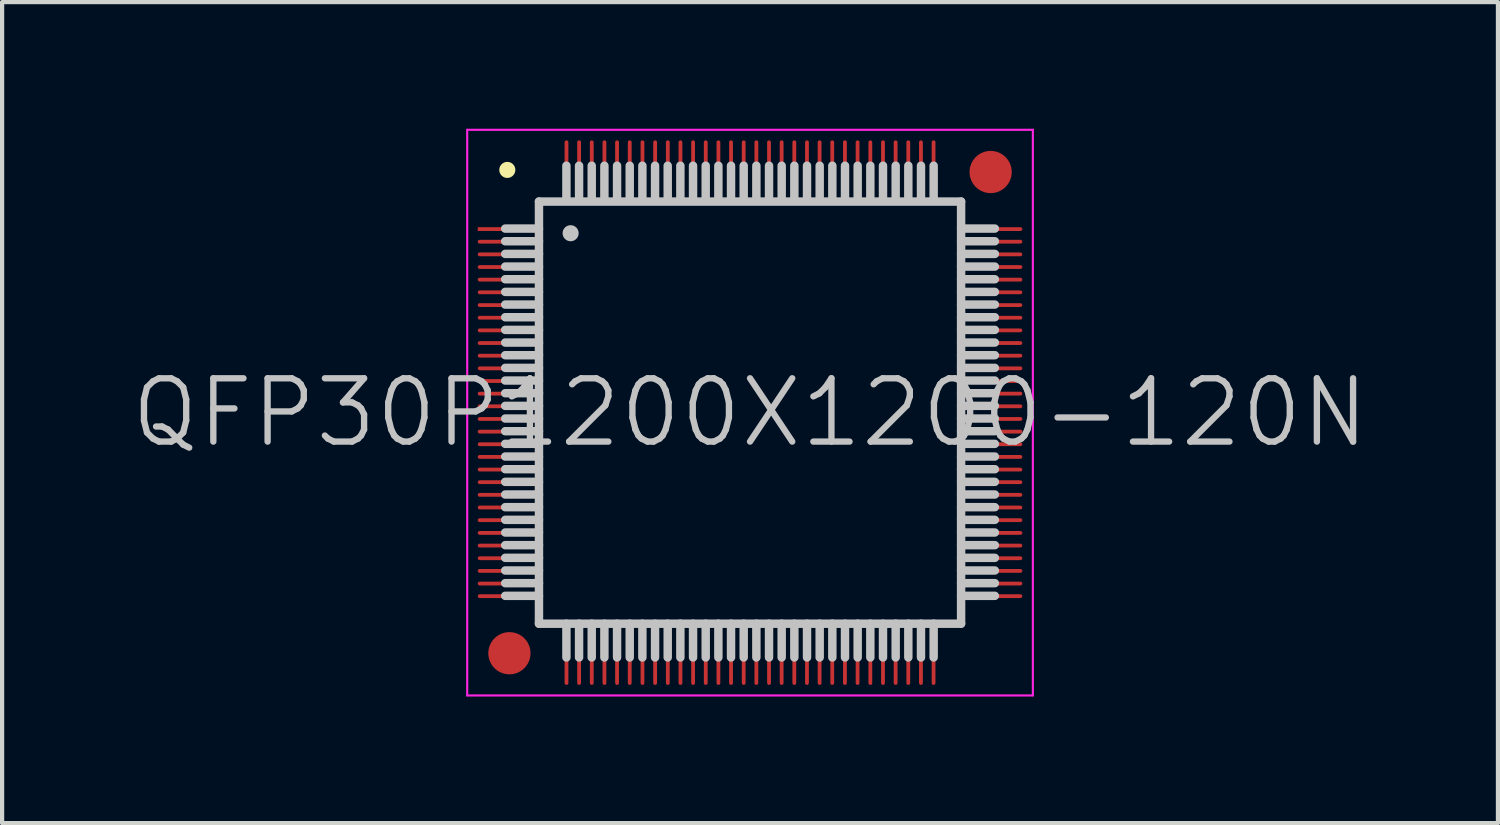
<source format=kicad_pcb>
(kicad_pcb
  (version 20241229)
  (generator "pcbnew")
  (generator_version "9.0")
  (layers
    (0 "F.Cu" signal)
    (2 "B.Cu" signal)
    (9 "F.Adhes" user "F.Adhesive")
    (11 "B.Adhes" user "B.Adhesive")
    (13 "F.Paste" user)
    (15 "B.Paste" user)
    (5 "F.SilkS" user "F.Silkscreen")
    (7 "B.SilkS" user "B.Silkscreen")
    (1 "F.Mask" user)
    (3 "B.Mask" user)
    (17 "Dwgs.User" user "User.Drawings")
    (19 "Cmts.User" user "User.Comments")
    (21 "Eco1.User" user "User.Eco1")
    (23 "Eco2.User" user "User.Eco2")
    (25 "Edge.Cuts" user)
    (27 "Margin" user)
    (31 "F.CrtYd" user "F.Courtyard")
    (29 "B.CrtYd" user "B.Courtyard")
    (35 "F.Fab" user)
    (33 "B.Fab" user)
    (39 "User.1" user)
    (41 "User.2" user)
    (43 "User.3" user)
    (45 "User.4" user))
  (footprint "QFP30P1200X1200-120N"
    (layer "F.Cu")
    (at 14.718 6.725)
    (property "Reference" "QFP30P1200X1200-120N" (at 0 0 0) (layer "Dwgs.User") (effects (font (size 1.5 1.5) (thickness 0.15))))
    (attr smd)
    (fp_line (start -5.75 -5.75) (end -5.75 -5.75) (stroke (width 0.381) (type solid)) (layer "F.SilkS"))
    (fp_line (start -5 -5) (end -5 5) (stroke (width 0.2) (type solid)) (layer "Dwgs.User"))
    (fp_line (start -5 -5) (end 5 -5) (stroke (width 0.2) (type solid)) (layer "Dwgs.User"))
    (fp_line (start -5 -4.36) (end -5.8 -4.36) (stroke (width 0.2) (type solid)) (layer "Dwgs.User"))
    (fp_line (start -5 -4.06) (end -5.8 -4.06) (stroke (width 0.2) (type solid)) (layer "Dwgs.User"))
    (fp_line (start -5 -3.76) (end -5.8 -3.76) (stroke (width 0.2) (type solid)) (layer "Dwgs.User"))
    (fp_line (start -5 -3.46) (end -5.8 -3.46) (stroke (width 0.2) (type solid)) (layer "Dwgs.User"))
    (fp_line (start -5 -3.16) (end -5.8 -3.16) (stroke (width 0.2) (type solid)) (layer "Dwgs.User"))
    (fp_line (start -5 -2.86) (end -5.8 -2.86) (stroke (width 0.2) (type solid)) (layer "Dwgs.User"))
    (fp_line (start -5 -2.56) (end -5.8 -2.56) (stroke (width 0.2) (type solid)) (layer "Dwgs.User"))
    (fp_line (start -5 -2.26) (end -5.8 -2.26) (stroke (width 0.2) (type solid)) (layer "Dwgs.User"))
    (fp_line (start -5 -1.96) (end -5.8 -1.96) (stroke (width 0.2) (type solid)) (layer "Dwgs.User"))
    (fp_line (start -5 -1.66) (end -5.8 -1.66) (stroke (width 0.2) (type solid)) (layer "Dwgs.User"))
    (fp_line (start -5 -1.36) (end -5.8 -1.36) (stroke (width 0.2) (type solid)) (layer "Dwgs.User"))
    (fp_line (start -5 -1.06) (end -5.8 -1.06) (stroke (width 0.2) (type solid)) (layer "Dwgs.User"))
    (fp_line (start -5 -0.76) (end -5.8 -0.76) (stroke (width 0.2) (type solid)) (layer "Dwgs.User"))
    (fp_line (start -5 -0.46) (end -5.8 -0.46) (stroke (width 0.2) (type solid)) (layer "Dwgs.User"))
    (fp_line (start -5 -0.16) (end -5.8 -0.16) (stroke (width 0.2) (type solid)) (layer "Dwgs.User"))
    (fp_line (start -5 0.14) (end -5.8 0.14) (stroke (width 0.2) (type solid)) (layer "Dwgs.User"))
    (fp_line (start -5 0.44) (end -5.8 0.44) (stroke (width 0.2) (type solid)) (layer "Dwgs.User"))
    (fp_line (start -5 0.74) (end -5.8 0.74) (stroke (width 0.2) (type solid)) (layer "Dwgs.User"))
    (fp_line (start -5 1.04) (end -5.8 1.04) (stroke (width 0.2) (type solid)) (layer "Dwgs.User"))
    (fp_line (start -5 1.34) (end -5.8 1.34) (stroke (width 0.2) (type solid)) (layer "Dwgs.User"))
    (fp_line (start -5 1.64) (end -5.8 1.64) (stroke (width 0.2) (type solid)) (layer "Dwgs.User"))
    (fp_line (start -5 1.94) (end -5.8 1.94) (stroke (width 0.2) (type solid)) (layer "Dwgs.User"))
    (fp_line (start -5 2.24) (end -5.8 2.24) (stroke (width 0.2) (type solid)) (layer "Dwgs.User"))
    (fp_line (start -5 2.54) (end -5.8 2.54) (stroke (width 0.2) (type solid)) (layer "Dwgs.User"))
    (fp_line (start -5 2.84) (end -5.8 2.84) (stroke (width 0.2) (type solid)) (layer "Dwgs.User"))
    (fp_line (start -5 3.14) (end -5.8 3.14) (stroke (width 0.2) (type solid)) (layer "Dwgs.User"))
    (fp_line (start -5 3.44) (end -5.8 3.44) (stroke (width 0.2) (type solid)) (layer "Dwgs.User"))
    (fp_line (start -5 3.74) (end -5.8 3.74) (stroke (width 0.2) (type solid)) (layer "Dwgs.User"))
    (fp_line (start -5 4.04) (end -5.8 4.04) (stroke (width 0.2) (type solid)) (layer "Dwgs.User"))
    (fp_line (start -5 4.34) (end -5.8 4.34) (stroke (width 0.2) (type solid)) (layer "Dwgs.User"))
    (fp_line (start -5 5) (end 5 5) (stroke (width 0.2) (type solid)) (layer "Dwgs.User"))
    (fp_line (start -4.35 -5.05) (end -4.35 -5.85) (stroke (width 0.2) (type solid)) (layer "Dwgs.User"))
    (fp_line (start -4.35 5.8) (end -4.35 5) (stroke (width 0.2) (type solid)) (layer "Dwgs.User"))
    (fp_line (start -4.25 -4.25) (end -4.25 -4.25) (stroke (width 0.381) (type solid)) (layer "Dwgs.User"))
    (fp_line (start -4.05 -5.05) (end -4.05 -5.85) (stroke (width 0.2) (type solid)) (layer "Dwgs.User"))
    (fp_line (start -4.05 5.8) (end -4.05 5) (stroke (width 0.2) (type solid)) (layer "Dwgs.User"))
    (fp_line (start -3.75 -5.05) (end -3.75 -5.85) (stroke (width 0.2) (type solid)) (layer "Dwgs.User"))
    (fp_line (start -3.75 5.8) (end -3.75 5) (stroke (width 0.2) (type solid)) (layer "Dwgs.User"))
    (fp_line (start -3.45 -5.05) (end -3.45 -5.85) (stroke (width 0.2) (type solid)) (layer "Dwgs.User"))
    (fp_line (start -3.45 5.8) (end -3.45 5) (stroke (width 0.2) (type solid)) (layer "Dwgs.User"))
    (fp_line (start -3.15 -5.05) (end -3.15 -5.85) (stroke (width 0.2) (type solid)) (layer "Dwgs.User"))
    (fp_line (start -3.15 5.8) (end -3.15 5) (stroke (width 0.2) (type solid)) (layer "Dwgs.User"))
    (fp_line (start -2.85 -5.05) (end -2.85 -5.85) (stroke (width 0.2) (type solid)) (layer "Dwgs.User"))
    (fp_line (start -2.85 5.8) (end -2.85 5) (stroke (width 0.2) (type solid)) (layer "Dwgs.User"))
    (fp_line (start -2.55 -5.05) (end -2.55 -5.85) (stroke (width 0.2) (type solid)) (layer "Dwgs.User"))
    (fp_line (start -2.55 5.8) (end -2.55 5) (stroke (width 0.2) (type solid)) (layer "Dwgs.User"))
    (fp_line (start -2.25 -5.05) (end -2.25 -5.85) (stroke (width 0.2) (type solid)) (layer "Dwgs.User"))
    (fp_line (start -2.25 5.8) (end -2.25 5) (stroke (width 0.2) (type solid)) (layer "Dwgs.User"))
    (fp_line (start -1.95 -5.05) (end -1.95 -5.85) (stroke (width 0.2) (type solid)) (layer "Dwgs.User"))
    (fp_line (start -1.95 5.8) (end -1.95 5) (stroke (width 0.2) (type solid)) (layer "Dwgs.User"))
    (fp_line (start -1.65 -5.05) (end -1.65 -5.85) (stroke (width 0.2) (type solid)) (layer "Dwgs.User"))
    (fp_line (start -1.65 5.8) (end -1.65 5) (stroke (width 0.2) (type solid)) (layer "Dwgs.User"))
    (fp_line (start -1.35 -5.05) (end -1.35 -5.85) (stroke (width 0.2) (type solid)) (layer "Dwgs.User"))
    (fp_line (start -1.35 5.8) (end -1.35 5) (stroke (width 0.2) (type solid)) (layer "Dwgs.User"))
    (fp_line (start -1.05 -5.05) (end -1.05 -5.85) (stroke (width 0.2) (type solid)) (layer "Dwgs.User"))
    (fp_line (start -1.05 5.8) (end -1.05 5) (stroke (width 0.2) (type solid)) (layer "Dwgs.User"))
    (fp_line (start -0.75 -5.05) (end -0.75 -5.85) (stroke (width 0.2) (type solid)) (layer "Dwgs.User"))
    (fp_line (start -0.75 5.8) (end -0.75 5) (stroke (width 0.2) (type solid)) (layer "Dwgs.User"))
    (fp_line (start -0.45 -5.05) (end -0.45 -5.85) (stroke (width 0.2) (type solid)) (layer "Dwgs.User"))
    (fp_line (start -0.45 5.8) (end -0.45 5) (stroke (width 0.2) (type solid)) (layer "Dwgs.User"))
    (fp_line (start -0.15 -5.05) (end -0.15 -5.85) (stroke (width 0.2) (type solid)) (layer "Dwgs.User"))
    (fp_line (start -0.15 5.8) (end -0.15 5) (stroke (width 0.2) (type solid)) (layer "Dwgs.User"))
    (fp_line (start 0.15 -5.05) (end 0.15 -5.85) (stroke (width 0.2) (type solid)) (layer "Dwgs.User"))
    (fp_line (start 0.15 5.8) (end 0.15 5) (stroke (width 0.2) (type solid)) (layer "Dwgs.User"))
    (fp_line (start 0.45 -5.05) (end 0.45 -5.85) (stroke (width 0.2) (type solid)) (layer "Dwgs.User"))
    (fp_line (start 0.45 5.8) (end 0.45 5) (stroke (width 0.2) (type solid)) (layer "Dwgs.User"))
    (fp_line (start 0.75 -5.05) (end 0.75 -5.85) (stroke (width 0.2) (type solid)) (layer "Dwgs.User"))
    (fp_line (start 0.75 5.8) (end 0.75 5) (stroke (width 0.2) (type solid)) (layer "Dwgs.User"))
    (fp_line (start 1.05 -5.05) (end 1.05 -5.85) (stroke (width 0.2) (type solid)) (layer "Dwgs.User"))
    (fp_line (start 1.05 5.8) (end 1.05 5) (stroke (width 0.2) (type solid)) (layer "Dwgs.User"))
    (fp_line (start 1.35 -5.05) (end 1.35 -5.85) (stroke (width 0.2) (type solid)) (layer "Dwgs.User"))
    (fp_line (start 1.35 5.8) (end 1.35 5) (stroke (width 0.2) (type solid)) (layer "Dwgs.User"))
    (fp_line (start 1.65 -5.05) (end 1.65 -5.85) (stroke (width 0.2) (type solid)) (layer "Dwgs.User"))
    (fp_line (start 1.65 5.8) (end 1.65 5) (stroke (width 0.2) (type solid)) (layer "Dwgs.User"))
    (fp_line (start 1.95 -5.05) (end 1.95 -5.85) (stroke (width 0.2) (type solid)) (layer "Dwgs.User"))
    (fp_line (start 1.95 5.8) (end 1.95 5) (stroke (width 0.2) (type solid)) (layer "Dwgs.User"))
    (fp_line (start 2.25 -5.05) (end 2.25 -5.85) (stroke (width 0.2) (type solid)) (layer "Dwgs.User"))
    (fp_line (start 2.25 5.8) (end 2.25 5) (stroke (width 0.2) (type solid)) (layer "Dwgs.User"))
    (fp_line (start 2.55 -5.05) (end 2.55 -5.85) (stroke (width 0.2) (type solid)) (layer "Dwgs.User"))
    (fp_line (start 2.55 5.8) (end 2.55 5) (stroke (width 0.2) (type solid)) (layer "Dwgs.User"))
    (fp_line (start 2.85 -5.05) (end 2.85 -5.85) (stroke (width 0.2) (type solid)) (layer "Dwgs.User"))
    (fp_line (start 2.85 5.8) (end 2.85 5) (stroke (width 0.2) (type solid)) (layer "Dwgs.User"))
    (fp_line (start 3.15 -5.05) (end 3.15 -5.85) (stroke (width 0.2) (type solid)) (layer "Dwgs.User"))
    (fp_line (start 3.15 5.8) (end 3.15 5) (stroke (width 0.2) (type solid)) (layer "Dwgs.User"))
    (fp_line (start 3.45 -5.05) (end 3.45 -5.85) (stroke (width 0.2) (type solid)) (layer "Dwgs.User"))
    (fp_line (start 3.45 5.8) (end 3.45 5) (stroke (width 0.2) (type solid)) (layer "Dwgs.User"))
    (fp_line (start 3.75 -5.05) (end 3.75 -5.85) (stroke (width 0.2) (type solid)) (layer "Dwgs.User"))
    (fp_line (start 3.75 5.8) (end 3.75 5) (stroke (width 0.2) (type solid)) (layer "Dwgs.User"))
    (fp_line (start 4.05 -5.05) (end 4.05 -5.85) (stroke (width 0.2) (type solid)) (layer "Dwgs.User"))
    (fp_line (start 4.05 5.8) (end 4.05 5) (stroke (width 0.2) (type solid)) (layer "Dwgs.User"))
    (fp_line (start 4.35 -5.05) (end 4.35 -5.85) (stroke (width 0.2) (type solid)) (layer "Dwgs.User"))
    (fp_line (start 4.35 5.8) (end 4.35 5) (stroke (width 0.2) (type solid)) (layer "Dwgs.User"))
    (fp_line (start 5 -5) (end 5 5) (stroke (width 0.2) (type solid)) (layer "Dwgs.User"))
    (fp_line (start 5.8 -4.36) (end 5 -4.36) (stroke (width 0.2) (type solid)) (layer "Dwgs.User"))
    (fp_line (start 5.8 -4.06) (end 5 -4.06) (stroke (width 0.2) (type solid)) (layer "Dwgs.User"))
    (fp_line (start 5.8 -3.76) (end 5 -3.76) (stroke (width 0.2) (type solid)) (layer "Dwgs.User"))
    (fp_line (start 5.8 -3.46) (end 5 -3.46) (stroke (width 0.2) (type solid)) (layer "Dwgs.User"))
    (fp_line (start 5.8 -3.16) (end 5 -3.16) (stroke (width 0.2) (type solid)) (layer "Dwgs.User"))
    (fp_line (start 5.8 -2.86) (end 5 -2.86) (stroke (width 0.2) (type solid)) (layer "Dwgs.User"))
    (fp_line (start 5.8 -2.56) (end 5 -2.56) (stroke (width 0.2) (type solid)) (layer "Dwgs.User"))
    (fp_line (start 5.8 -2.26) (end 5 -2.26) (stroke (width 0.2) (type solid)) (layer "Dwgs.User"))
    (fp_line (start 5.8 -1.96) (end 5 -1.96) (stroke (width 0.2) (type solid)) (layer "Dwgs.User"))
    (fp_line (start 5.8 -1.66) (end 5 -1.66) (stroke (width 0.2) (type solid)) (layer "Dwgs.User"))
    (fp_line (start 5.8 -1.36) (end 5 -1.36) (stroke (width 0.2) (type solid)) (layer "Dwgs.User"))
    (fp_line (start 5.8 -1.06) (end 5 -1.06) (stroke (width 0.2) (type solid)) (layer "Dwgs.User"))
    (fp_line (start 5.8 -0.76) (end 5 -0.76) (stroke (width 0.2) (type solid)) (layer "Dwgs.User"))
    (fp_line (start 5.8 -0.46) (end 5 -0.46) (stroke (width 0.2) (type solid)) (layer "Dwgs.User"))
    (fp_line (start 5.8 -0.16) (end 5 -0.16) (stroke (width 0.2) (type solid)) (layer "Dwgs.User"))
    (fp_line (start 5.8 0.14) (end 5 0.14) (stroke (width 0.2) (type solid)) (layer "Dwgs.User"))
    (fp_line (start 5.8 0.44) (end 5 0.44) (stroke (width 0.2) (type solid)) (layer "Dwgs.User"))
    (fp_line (start 5.8 0.74) (end 5 0.74) (stroke (width 0.2) (type solid)) (layer "Dwgs.User"))
    (fp_line (start 5.8 1.04) (end 5 1.04) (stroke (width 0.2) (type solid)) (layer "Dwgs.User"))
    (fp_line (start 5.8 1.34) (end 5 1.34) (stroke (width 0.2) (type solid)) (layer "Dwgs.User"))
    (fp_line (start 5.8 1.64) (end 5 1.64) (stroke (width 0.2) (type solid)) (layer "Dwgs.User"))
    (fp_line (start 5.8 1.94) (end 5 1.94) (stroke (width 0.2) (type solid)) (layer "Dwgs.User"))
    (fp_line (start 5.8 2.24) (end 5 2.24) (stroke (width 0.2) (type solid)) (layer "Dwgs.User"))
    (fp_line (start 5.8 2.54) (end 5 2.54) (stroke (width 0.2) (type solid)) (layer "Dwgs.User"))
    (fp_line (start 5.8 2.84) (end 5 2.84) (stroke (width 0.2) (type solid)) (layer "Dwgs.User"))
    (fp_line (start 5.8 3.14) (end 5 3.14) (stroke (width 0.2) (type solid)) (layer "Dwgs.User"))
    (fp_line (start 5.8 3.44) (end 5 3.44) (stroke (width 0.2) (type solid)) (layer "Dwgs.User"))
    (fp_line (start 5.8 3.74) (end 5 3.74) (stroke (width 0.2) (type solid)) (layer "Dwgs.User"))
    (fp_line (start 5.8 4.04) (end 5 4.04) (stroke (width 0.2) (type solid)) (layer "Dwgs.User"))
    (fp_line (start 5.8 4.34) (end 5 4.34) (stroke (width 0.2) (type solid)) (layer "Dwgs.User"))
    (fp_line (start -6.7 -6.7) (end -6.7 6.7) (stroke (width 0.05) (type solid)) (layer "F.CrtYd"))
    (fp_line (start -6.7 -6.7) (end 6.7 -6.7) (stroke (width 0.05) (type solid)) (layer "F.CrtYd"))
    (fp_line (start -6.7 6.7) (end 6.7 6.7) (stroke (width 0.05) (type solid)) (layer "F.CrtYd"))
    (fp_line (start 6.7 -6.7) (end 6.7 6.7) (stroke (width 0.05) (type solid)) (layer "F.CrtYd"))
    (pad "" smd circle (at -5.7 5.7) (size 1 1) (layers "F.Cu" "F.Mask"))
    (pad "" smd circle (at 5.7 -5.7) (size 1 1) (layers "F.Cu" "F.Mask"))
    (pad "1" smd rect (at -5.7 -4.348 90) (size 0.09 1.5) (layers "F.Cu" "F.Mask" "F.Paste"))
    (pad "2" smd oval (at -5.7 -4.049 90) (size 0.09 1.5) (layers "F.Cu" "F.Mask" "F.Paste"))
    (pad "3" smd oval (at -5.7 -3.749 90) (size 0.09 1.5) (layers "F.Cu" "F.Mask" "F.Paste"))
    (pad "4" smd oval (at -5.7 -3.449 90) (size 0.09 1.5) (layers "F.Cu" "F.Mask" "F.Paste"))
    (pad "5" smd oval (at -5.7 -3.15 90) (size 0.09 1.5) (layers "F.Cu" "F.Mask" "F.Paste"))
    (pad "6" smd oval (at -5.7 -2.85 90) (size 0.09 1.5) (layers "F.Cu" "F.Mask" "F.Paste"))
    (pad "7" smd oval (at -5.7 -2.548 90) (size 0.09 1.5) (layers "F.Cu" "F.Mask" "F.Paste"))
    (pad "8" smd oval (at -5.7 -2.248 90) (size 0.09 1.5) (layers "F.Cu" "F.Mask" "F.Paste"))
    (pad "9" smd oval (at -5.7 -1.948 90) (size 0.09 1.5) (layers "F.Cu" "F.Mask" "F.Paste"))
    (pad "10" smd oval (at -5.7 -1.648 90) (size 0.09 1.5) (layers "F.Cu" "F.Mask" "F.Paste"))
    (pad "11" smd oval (at -5.7 -1.349 90) (size 0.09 1.5) (layers "F.Cu" "F.Mask" "F.Paste"))
    (pad "12" smd oval (at -5.7 -1.049 90) (size 0.09 1.5) (layers "F.Cu" "F.Mask" "F.Paste"))
    (pad "13" smd oval (at -5.7 -0.749 90) (size 0.09 1.5) (layers "F.Cu" "F.Mask" "F.Paste"))
    (pad "14" smd oval (at -5.7 -0.45 90) (size 0.09 1.5) (layers "F.Cu" "F.Mask" "F.Paste"))
    (pad "15" smd oval (at -5.7 -0.15 90) (size 0.09 1.5) (layers "F.Cu" "F.Mask" "F.Paste"))
    (pad "16" smd oval (at -5.7 0.15 90) (size 0.09 1.5) (layers "F.Cu" "F.Mask" "F.Paste"))
    (pad "17" smd oval (at -5.7 0.45 90) (size 0.09 1.5) (layers "F.Cu" "F.Mask" "F.Paste"))
    (pad "18" smd oval (at -5.7 0.749 90) (size 0.09 1.5) (layers "F.Cu" "F.Mask" "F.Paste"))
    (pad "19" smd oval (at -5.7 1.049 90) (size 0.09 1.5) (layers "F.Cu" "F.Mask" "F.Paste"))
    (pad "20" smd oval (at -5.7 1.349 90) (size 0.09 1.5) (layers "F.Cu" "F.Mask" "F.Paste"))
    (pad "21" smd oval (at -5.7 1.648 90) (size 0.09 1.5) (layers "F.Cu" "F.Mask" "F.Paste"))
    (pad "22" smd oval (at -5.7 1.948 90) (size 0.09 1.5) (layers "F.Cu" "F.Mask" "F.Paste"))
    (pad "23" smd oval (at -5.7 2.248 90) (size 0.09 1.5) (layers "F.Cu" "F.Mask" "F.Paste"))
    (pad "24" smd oval (at -5.7 2.548 90) (size 0.09 1.5) (layers "F.Cu" "F.Mask" "F.Paste"))
    (pad "25" smd oval (at -5.7 2.85 90) (size 0.09 1.5) (layers "F.Cu" "F.Mask" "F.Paste"))
    (pad "26" smd oval (at -5.7 3.15 90) (size 0.09 1.5) (layers "F.Cu" "F.Mask" "F.Paste"))
    (pad "27" smd oval (at -5.7 3.449 90) (size 0.09 1.5) (layers "F.Cu" "F.Mask" "F.Paste"))
    (pad "28" smd oval (at -5.7 3.749 90) (size 0.09 1.5) (layers "F.Cu" "F.Mask" "F.Paste"))
    (pad "29" smd oval (at -5.7 4.049 90) (size 0.09 1.5) (layers "F.Cu" "F.Mask" "F.Paste"))
    (pad "30" smd oval (at -5.7 4.348 90) (size 0.09 1.5) (layers "F.Cu" "F.Mask" "F.Paste"))
    (pad "31" smd oval (at -4.348 5.7 180) (size 0.09 1.5) (layers "F.Cu" "F.Mask" "F.Paste"))
    (pad "32" smd oval (at -4.049 5.7 180) (size 0.09 1.5) (layers "F.Cu" "F.Mask" "F.Paste"))
    (pad "33" smd oval (at -3.749 5.7 180) (size 0.09 1.5) (layers "F.Cu" "F.Mask" "F.Paste"))
    (pad "34" smd oval (at -3.449 5.7 180) (size 0.09 1.5) (layers "F.Cu" "F.Mask" "F.Paste"))
    (pad "35" smd oval (at -3.15 5.7 180) (size 0.09 1.5) (layers "F.Cu" "F.Mask" "F.Paste"))
    (pad "36" smd oval (at -2.85 5.7 180) (size 0.09 1.5) (layers "F.Cu" "F.Mask" "F.Paste"))
    (pad "37" smd oval (at -2.548 5.7 180) (size 0.09 1.5) (layers "F.Cu" "F.Mask" "F.Paste"))
    (pad "38" smd oval (at -2.248 5.7 180) (size 0.09 1.5) (layers "F.Cu" "F.Mask" "F.Paste"))
    (pad "39" smd oval (at -1.948 5.7 180) (size 0.09 1.5) (layers "F.Cu" "F.Mask" "F.Paste"))
    (pad "40" smd oval (at -1.648 5.7 180) (size 0.09 1.5) (layers "F.Cu" "F.Mask" "F.Paste"))
    (pad "41" smd oval (at -1.349 5.7 180) (size 0.09 1.5) (layers "F.Cu" "F.Mask" "F.Paste"))
    (pad "42" smd oval (at -1.049 5.7 180) (size 0.09 1.5) (layers "F.Cu" "F.Mask" "F.Paste"))
    (pad "43" smd oval (at -0.749 5.7 180) (size 0.09 1.5) (layers "F.Cu" "F.Mask" "F.Paste"))
    (pad "44" smd oval (at -0.45 5.7 180) (size 0.09 1.5) (layers "F.Cu" "F.Mask" "F.Paste"))
    (pad "45" smd oval (at -0.15 5.7 180) (size 0.09 1.5) (layers "F.Cu" "F.Mask" "F.Paste"))
    (pad "46" smd oval (at 0.15 5.7 180) (size 0.09 1.5) (layers "F.Cu" "F.Mask" "F.Paste"))
    (pad "47" smd oval (at 0.45 5.7 180) (size 0.09 1.5) (layers "F.Cu" "F.Mask" "F.Paste"))
    (pad "48" smd oval (at 0.749 5.7 180) (size 0.09 1.5) (layers "F.Cu" "F.Mask" "F.Paste"))
    (pad "49" smd oval (at 1.049 5.7 180) (size 0.09 1.5) (layers "F.Cu" "F.Mask" "F.Paste"))
    (pad "50" smd oval (at 1.349 5.7 180) (size 0.09 1.5) (layers "F.Cu" "F.Mask" "F.Paste"))
    (pad "51" smd oval (at 1.648 5.7 180) (size 0.09 1.5) (layers "F.Cu" "F.Mask" "F.Paste"))
    (pad "52" smd oval (at 1.948 5.7 180) (size 0.09 1.5) (layers "F.Cu" "F.Mask" "F.Paste"))
    (pad "53" smd oval (at 2.248 5.7 180) (size 0.09 1.5) (layers "F.Cu" "F.Mask" "F.Paste"))
    (pad "54" smd oval (at 2.548 5.7 180) (size 0.09 1.5) (layers "F.Cu" "F.Mask" "F.Paste"))
    (pad "55" smd oval (at 2.85 5.7 180) (size 0.09 1.5) (layers "F.Cu" "F.Mask" "F.Paste"))
    (pad "56" smd oval (at 3.15 5.7 180) (size 0.09 1.5) (layers "F.Cu" "F.Mask" "F.Paste"))
    (pad "57" smd oval (at 3.449 5.7 180) (size 0.09 1.5) (layers "F.Cu" "F.Mask" "F.Paste"))
    (pad "58" smd oval (at 3.749 5.7 180) (size 0.09 1.5) (layers "F.Cu" "F.Mask" "F.Paste"))
    (pad "59" smd oval (at 4.049 5.7 180) (size 0.09 1.5) (layers "F.Cu" "F.Mask" "F.Paste"))
    (pad "60" smd oval (at 4.348 5.7 180) (size 0.09 1.5) (layers "F.Cu" "F.Mask" "F.Paste"))
    (pad "61" smd oval (at 5.7 4.348 270) (size 0.09 1.5) (layers "F.Cu" "F.Mask" "F.Paste"))
    (pad "62" smd oval (at 5.7 4.049 270) (size 0.09 1.5) (layers "F.Cu" "F.Mask" "F.Paste"))
    (pad "63" smd oval (at 5.7 3.749 270) (size 0.09 1.5) (layers "F.Cu" "F.Mask" "F.Paste"))
    (pad "64" smd oval (at 5.7 3.449 270) (size 0.09 1.5) (layers "F.Cu" "F.Mask" "F.Paste"))
    (pad "65" smd oval (at 5.7 3.15 270) (size 0.09 1.5) (layers "F.Cu" "F.Mask" "F.Paste"))
    (pad "66" smd oval (at 5.7 2.85 270) (size 0.09 1.5) (layers "F.Cu" "F.Mask" "F.Paste"))
    (pad "67" smd oval (at 5.7 2.548 270) (size 0.09 1.5) (layers "F.Cu" "F.Mask" "F.Paste"))
    (pad "68" smd oval (at 5.7 2.248 270) (size 0.09 1.5) (layers "F.Cu" "F.Mask" "F.Paste"))
    (pad "69" smd oval (at 5.7 1.948 270) (size 0.09 1.5) (layers "F.Cu" "F.Mask" "F.Paste"))
    (pad "70" smd oval (at 5.7 1.648 270) (size 0.09 1.5) (layers "F.Cu" "F.Mask" "F.Paste"))
    (pad "71" smd oval (at 5.7 1.349 270) (size 0.09 1.5) (layers "F.Cu" "F.Mask" "F.Paste"))
    (pad "72" smd oval (at 5.7 1.049 270) (size 0.09 1.5) (layers "F.Cu" "F.Mask" "F.Paste"))
    (pad "73" smd oval (at 5.7 0.749 270) (size 0.09 1.5) (layers "F.Cu" "F.Mask" "F.Paste"))
    (pad "74" smd oval (at 5.7 0.45 270) (size 0.09 1.5) (layers "F.Cu" "F.Mask" "F.Paste"))
    (pad "75" smd oval (at 5.7 0.15 270) (size 0.09 1.5) (layers "F.Cu" "F.Mask" "F.Paste"))
    (pad "76" smd oval (at 5.7 -0.15 270) (size 0.09 1.5) (layers "F.Cu" "F.Mask" "F.Paste"))
    (pad "77" smd oval (at 5.7 -0.45 270) (size 0.09 1.5) (layers "F.Cu" "F.Mask" "F.Paste"))
    (pad "78" smd oval (at 5.7 -0.749 270) (size 0.09 1.5) (layers "F.Cu" "F.Mask" "F.Paste"))
    (pad "79" smd oval (at 5.7 -1.049 270) (size 0.09 1.5) (layers "F.Cu" "F.Mask" "F.Paste"))
    (pad "80" smd oval (at 5.7 -1.349 270) (size 0.09 1.5) (layers "F.Cu" "F.Mask" "F.Paste"))
    (pad "81" smd oval (at 5.7 -1.648 270) (size 0.09 1.5) (layers "F.Cu" "F.Mask" "F.Paste"))
    (pad "82" smd oval (at 5.7 -1.948 270) (size 0.09 1.5) (layers "F.Cu" "F.Mask" "F.Paste"))
    (pad "83" smd oval (at 5.7 -2.248 270) (size 0.09 1.5) (layers "F.Cu" "F.Mask" "F.Paste"))
    (pad "84" smd oval (at 5.7 -2.548 270) (size 0.09 1.5) (layers "F.Cu" "F.Mask" "F.Paste"))
    (pad "85" smd oval (at 5.7 -2.85 270) (size 0.09 1.5) (layers "F.Cu" "F.Mask" "F.Paste"))
    (pad "86" smd oval (at 5.7 -3.15 270) (size 0.09 1.5) (layers "F.Cu" "F.Mask" "F.Paste"))
    (pad "87" smd oval (at 5.7 -3.449 270) (size 0.09 1.5) (layers "F.Cu" "F.Mask" "F.Paste"))
    (pad "88" smd oval (at 5.7 -3.749 270) (size 0.09 1.5) (layers "F.Cu" "F.Mask" "F.Paste"))
    (pad "89" smd oval (at 5.7 -4.049 270) (size 0.09 1.5) (layers "F.Cu" "F.Mask" "F.Paste"))
    (pad "90" smd oval (at 5.7 -4.348 270) (size 0.09 1.5) (layers "F.Cu" "F.Mask" "F.Paste"))
    (pad "91" smd oval (at 4.348 -5.7) (size 0.09 1.5) (layers "F.Cu" "F.Mask" "F.Paste"))
    (pad "92" smd oval (at 4.049 -5.7) (size 0.09 1.5) (layers "F.Cu" "F.Mask" "F.Paste"))
    (pad "93" smd oval (at 3.749 -5.7) (size 0.09 1.5) (layers "F.Cu" "F.Mask" "F.Paste"))
    (pad "94" smd oval (at 3.449 -5.7) (size 0.09 1.5) (layers "F.Cu" "F.Mask" "F.Paste"))
    (pad "95" smd oval (at 3.15 -5.7) (size 0.09 1.5) (layers "F.Cu" "F.Mask" "F.Paste"))
    (pad "96" smd oval (at 2.85 -5.7) (size 0.09 1.5) (layers "F.Cu" "F.Mask" "F.Paste"))
    (pad "97" smd oval (at 2.548 -5.7) (size 0.09 1.5) (layers "F.Cu" "F.Mask" "F.Paste"))
    (pad "98" smd oval (at 2.248 -5.7) (size 0.09 1.5) (layers "F.Cu" "F.Mask" "F.Paste"))
    (pad "99" smd oval (at 1.948 -5.7) (size 0.09 1.5) (layers "F.Cu" "F.Mask" "F.Paste"))
    (pad "100" smd oval (at 1.648 -5.7) (size 0.09 1.5) (layers "F.Cu" "F.Mask" "F.Paste"))
    (pad "101" smd oval (at 1.349 -5.7) (size 0.09 1.5) (layers "F.Cu" "F.Mask" "F.Paste"))
    (pad "102" smd oval (at 1.049 -5.7) (size 0.09 1.5) (layers "F.Cu" "F.Mask" "F.Paste"))
    (pad "103" smd oval (at 0.749 -5.7) (size 0.09 1.5) (layers "F.Cu" "F.Mask" "F.Paste"))
    (pad "104" smd oval (at 0.45 -5.7) (size 0.09 1.5) (layers "F.Cu" "F.Mask" "F.Paste"))
    (pad "105" smd oval (at 0.15 -5.7) (size 0.09 1.5) (layers "F.Cu" "F.Mask" "F.Paste"))
    (pad "106" smd oval (at -0.15 -5.7) (size 0.09 1.5) (layers "F.Cu" "F.Mask" "F.Paste"))
    (pad "107" smd oval (at -0.45 -5.7) (size 0.09 1.5) (layers "F.Cu" "F.Mask" "F.Paste"))
    (pad "108" smd oval (at -0.749 -5.7) (size 0.09 1.5) (layers "F.Cu" "F.Mask" "F.Paste"))
    (pad "109" smd oval (at -1.049 -5.7) (size 0.09 1.5) (layers "F.Cu" "F.Mask" "F.Paste"))
    (pad "110" smd oval (at -1.349 -5.7) (size 0.09 1.5) (layers "F.Cu" "F.Mask" "F.Paste"))
    (pad "111" smd oval (at -1.648 -5.7) (size 0.09 1.5) (layers "F.Cu" "F.Mask" "F.Paste"))
    (pad "112" smd oval (at -1.948 -5.7) (size 0.09 1.5) (layers "F.Cu" "F.Mask" "F.Paste"))
    (pad "113" smd oval (at -2.248 -5.7) (size 0.09 1.5) (layers "F.Cu" "F.Mask" "F.Paste"))
    (pad "114" smd oval (at -2.548 -5.7) (size 0.09 1.5) (layers "F.Cu" "F.Mask" "F.Paste"))
    (pad "115" smd oval (at -2.85 -5.7) (size 0.09 1.5) (layers "F.Cu" "F.Mask" "F.Paste"))
    (pad "116" smd oval (at -3.15 -5.7) (size 0.09 1.5) (layers "F.Cu" "F.Mask" "F.Paste"))
    (pad "117" smd oval (at -3.449 -5.7) (size 0.09 1.5) (layers "F.Cu" "F.Mask" "F.Paste"))
    (pad "118" smd oval (at -3.749 -5.7) (size 0.09 1.5) (layers "F.Cu" "F.Mask" "F.Paste"))
    (pad "119" smd oval (at -4.049 -5.7) (size 0.09 1.5) (layers "F.Cu" "F.Mask" "F.Paste"))
    (pad "120" smd oval (at -4.348 -5.7) (size 0.09 1.5) (layers "F.Cu" "F.Mask" "F.Paste")))
  (gr_rect
    (start -3 -3)
    (end 32.436 16.45)
    (stroke (width 0.1) (type default))
    (fill no)
    (layer "Edge.Cuts")))
</source>
